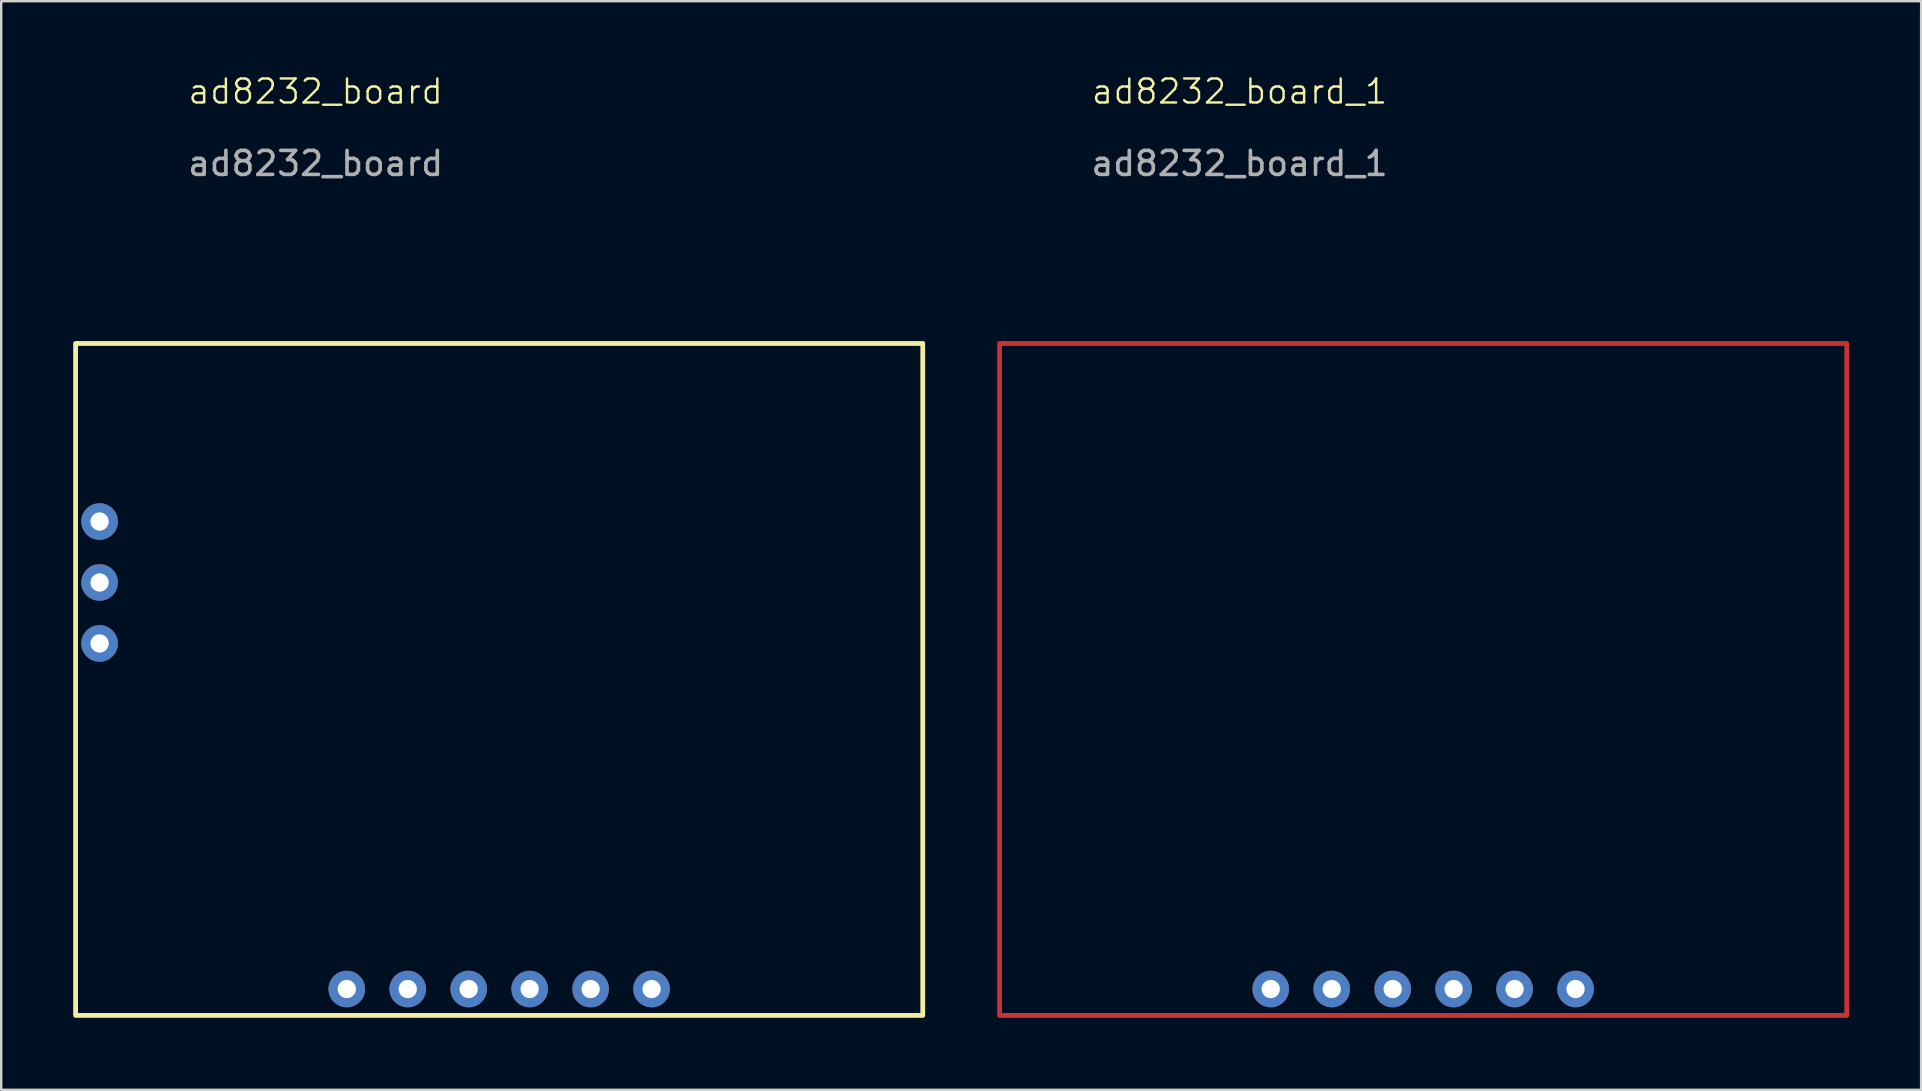
<source format=kicad_pcb>
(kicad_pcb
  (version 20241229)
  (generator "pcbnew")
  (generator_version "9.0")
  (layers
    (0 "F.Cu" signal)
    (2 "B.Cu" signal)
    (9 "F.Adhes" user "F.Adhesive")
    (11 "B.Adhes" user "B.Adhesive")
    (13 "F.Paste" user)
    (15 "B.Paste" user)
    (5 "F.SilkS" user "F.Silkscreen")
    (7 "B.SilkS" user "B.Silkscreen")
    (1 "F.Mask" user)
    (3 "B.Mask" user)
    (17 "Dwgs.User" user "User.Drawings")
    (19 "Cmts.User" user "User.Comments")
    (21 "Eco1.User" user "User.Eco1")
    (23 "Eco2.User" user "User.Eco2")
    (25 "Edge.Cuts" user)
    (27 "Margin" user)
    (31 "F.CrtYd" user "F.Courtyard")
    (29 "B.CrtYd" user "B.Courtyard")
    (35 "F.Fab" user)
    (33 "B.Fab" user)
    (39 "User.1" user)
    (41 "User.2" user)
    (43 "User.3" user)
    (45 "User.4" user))
  (footprint "ad8232_board"
    (layer "F.Cu")
    (at 1.1 11.261)
    (property "Reference" "ad8232_board" (at 9 -10.5 0) (unlocked yes) (layer "F.SilkS") (effects (font (size 1 1) (thickness 0.1))))
    (attr through_hole)
    (fp_rect (start -1 0) (end 34.3 28) (stroke (width 0.2) (type solid)) (fill no) (layer "F.SilkS"))
    (fp_text user "${REFERENCE}" (at 9 -7.5 0) (unlocked yes) (layer "F.Fab") (effects (font (size 1 1) (thickness 0.15))))
    (pad "1" thru_hole circle (at 0 7.42) (size 1.524 1.524) (drill 0.762) (layers "*.Cu" "*.Mask"))
    (pad "2" thru_hole circle (at 0 9.96) (size 1.524 1.524) (drill 0.762) (layers "*.Cu" "*.Mask"))
    (pad "3" thru_hole circle (at 0 12.5) (size 1.524 1.524) (drill 0.762) (layers "*.Cu" "*.Mask"))
    (pad "4" thru_hole circle (at 10.3 26.9) (size 1.524 1.524) (drill 0.762) (layers "*.Cu" "*.Mask"))
    (pad "5" thru_hole circle (at 12.84 26.9) (size 1.524 1.524) (drill 0.762) (layers "*.Cu" "*.Mask"))
    (pad "6" thru_hole circle (at 15.38 26.9) (size 1.524 1.524) (drill 0.762) (layers "*.Cu" "*.Mask"))
    (pad "7" thru_hole circle (at 17.92 26.9) (size 1.524 1.524) (drill 0.762) (layers "*.Cu" "*.Mask"))
    (pad "8" thru_hole circle (at 20.46 26.9) (size 1.524 1.524) (drill 0.762) (layers "*.Cu" "*.Mask"))
    (pad "9" thru_hole circle (at 23 26.9) (size 1.524 1.524) (drill 0.762) (layers "*.Cu" "*.Mask")))
  (footprint "ad8232_board_1"
    (layer "F.Cu")
    (at 39.6 11.261)
    (property "Reference" "ad8232_board_1" (at 9 -10.5 0) (unlocked yes) (layer "F.SilkS") (effects (font (size 1 1) (thickness 0.1))))
    (attr through_hole)
    (fp_rect (start -1 0) (end 34.3 28) (stroke (width 0.2) (type default)) (fill no) (layer "F.Cu"))
    (fp_text user "${REFERENCE}" (at 9 -7.5 0) (unlocked yes) (layer "F.Fab") (effects (font (size 1 1) (thickness 0.15))))
    (pad "4" thru_hole circle (at 10.3 26.9) (size 1.524 1.524) (drill 0.762) (layers "*.Cu" "*.Mask"))
    (pad "5" thru_hole circle (at 12.84 26.9) (size 1.524 1.524) (drill 0.762) (layers "*.Cu" "*.Mask"))
    (pad "6" thru_hole circle (at 15.38 26.9) (size 1.524 1.524) (drill 0.762) (layers "*.Cu" "*.Mask"))
    (pad "7" thru_hole circle (at 17.92 26.9) (size 1.524 1.524) (drill 0.762) (layers "*.Cu" "*.Mask"))
    (pad "8" thru_hole circle (at 20.46 26.9) (size 1.524 1.524) (drill 0.762) (layers "*.Cu" "*.Mask"))
    (pad "9" thru_hole circle (at 23 26.9) (size 1.524 1.524) (drill 0.762) (layers "*.Cu" "*.Mask")))
  (gr_rect
    (start -3 -3)
    (end 77 42.361)
    (stroke (width 0.1) (type default))
    (fill no)
    (layer "Edge.Cuts")))
</source>
